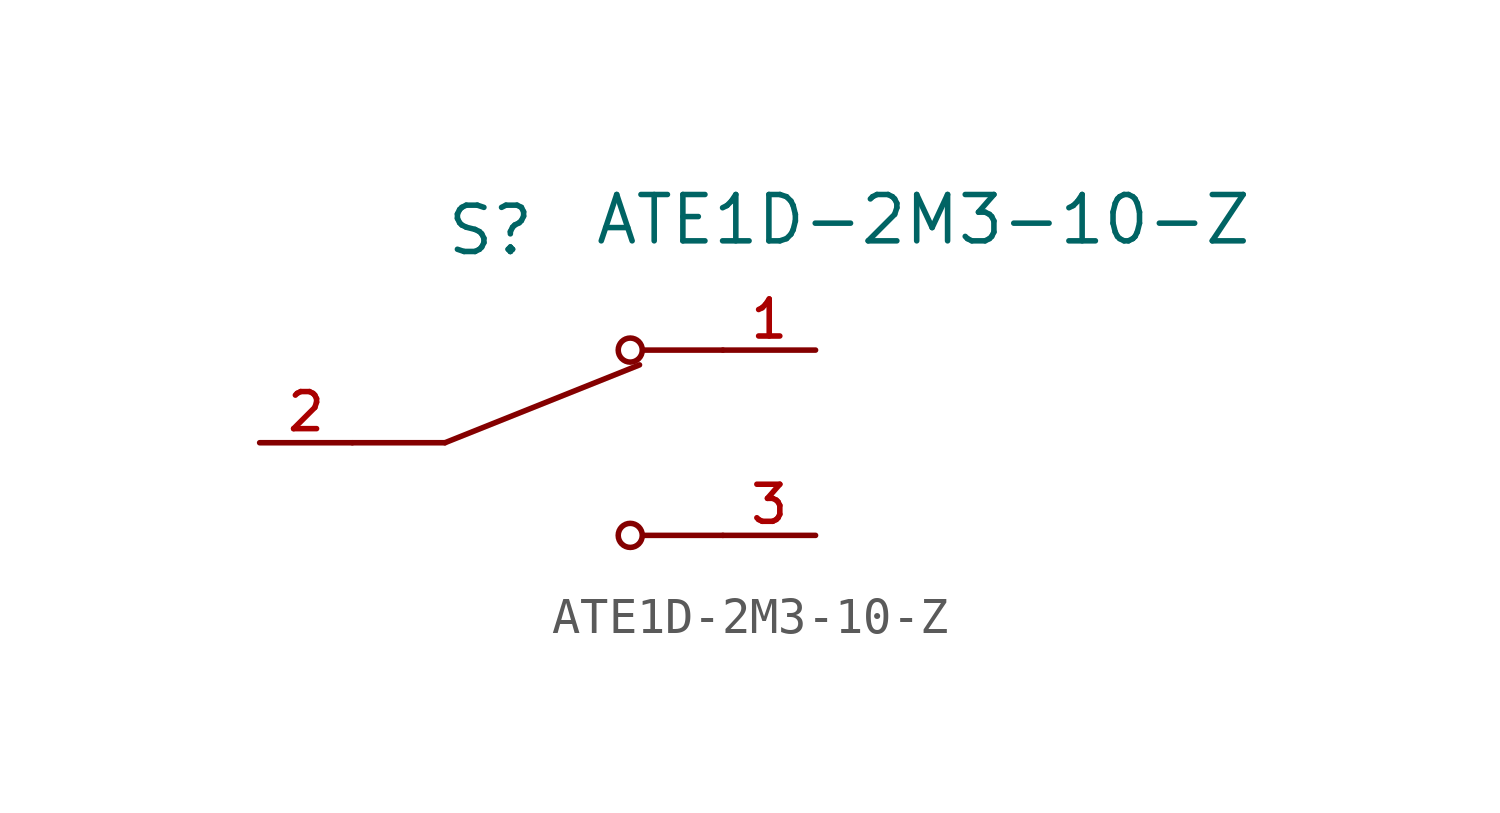
<source format=kicad_sym>
(kicad_symbol_lib
  (version 20231120)
  (generator "kicad_symbol_editor")
  (generator_version "8.0")
  (symbol "ATE1D-2M3-10-Z"
    (pin_names
      (offset 1.016))
    (property "Reference" "S"
      (at -2.54 5.08 0)
      (effects (font (size 1.27 1.27)) (justify left bottom)))
    (property "Value" "ATE1D-2M3-10-Z"
      (at 1.524 6.858 0)
      (effects (font (size 1.27 1.27)) (justify left top)))
    (symbol "ATE1D-2M3-10-Z_0_0"
      (polyline (pts (xy -2.54 0) (xy -5.08 0)) (stroke (width 0.152) (type default)) (fill (type none)))
      (polyline (pts (xy -2.54 0) (xy 2.794 2.134)) (stroke (width 0.152) (type default)) (fill (type none)))
      (polyline (pts (xy 5.08 -2.54) (xy 2.921 -2.54)) (stroke (width 0.152) (type default)) (fill (type none)))
      (polyline (pts (xy 5.08 2.54) (xy 2.921 2.54)) (stroke (width 0.152) (type default)) (fill (type none)))
      (circle (center 2.54 -2.54) (radius 0.33) (stroke (width 0.152) (type default)) (fill (type none)))
      (circle (center 2.54 2.54) (radius 0.33) (stroke (width 0.152) (type default)) (fill (type none)))
      (pin passive line (at 7.62 2.54 180) (length 2.54) (name "~" (effects (font (size 1.016 1.016)))) (number "1" (effects (font (size 1.016 1.016)))))
      (pin passive line (at -7.62 0 0) (length 2.54) (name "~" (effects (font (size 1.016 1.016)))) (number "2" (effects (font (size 1.016 1.016)))))
      (pin passive line (at 7.62 -2.54 180) (length 2.54) (name "~" (effects (font (size 1.016 1.016)))) (number "3" (effects (font (size 1.016 1.016))))))))
</source>
